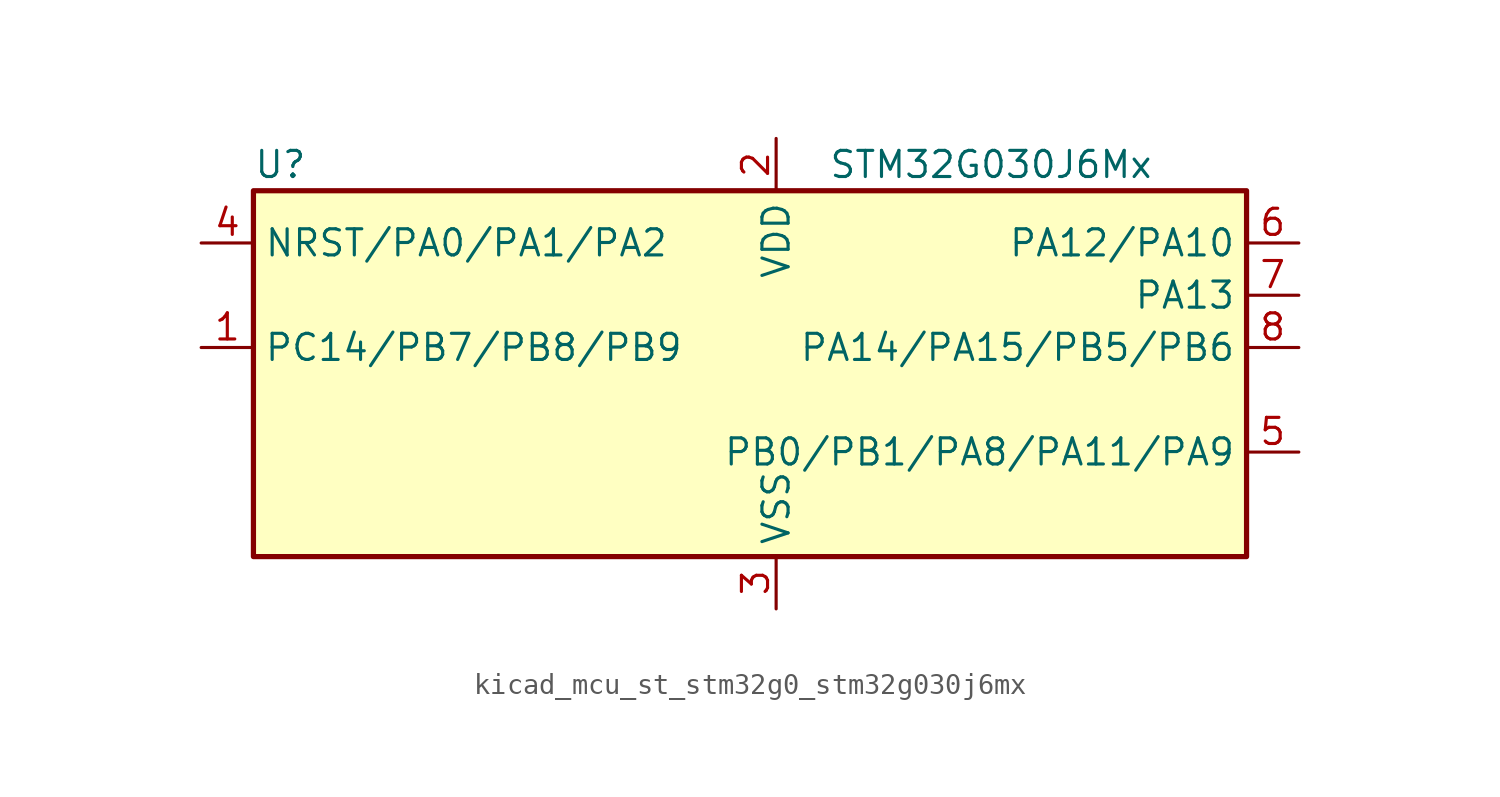
<source format=kicad_sym>
(kicad_symbol_lib
  (version 20220914)
  (generator kicad_symbol_editor)
  (symbol "kicad_mcu_st_stm32g0_stm32g030j6mx"
    (property "Reference" "U"
      (at -22.86 11.43 0)
      (effects (font (size 1.27 1.27)) (justify left)))
    (property "Value" "STM32G030J6Mx"
      (at 5.08 11.43 0)
      (effects (font (size 1.27 1.27)) (justify left)))
    (property "ki_locked" ""
      (at 0 0 0)
      (effects (font (size 1.27 1.27))))
    (symbol "kicad_mcu_st_stm32g0_stm32g030j6mx_0_1"
      (rectangle (start -22.86 -7.62) (end 25.4 10.16) (stroke (width 0.254) (type default)) (fill (type background))))
    (symbol "kicad_mcu_st_stm32g0_stm32g030j6mx_1_1"
      (pin bidirectional line (at -25.4 2.54 0) (length 2.54) (name "PC14/PB7/PB8/PB9" (effects (font (size 1.27 1.27)))) (number "1" (effects (font (size 1.27 1.27)))) (alternate "RCC_OSC32_IN" bidirectional line) (alternate "RCC_OSC_IN" bidirectional line) (alternate "TIM1_BK2" bidirectional line))
      (pin power_in line (at 2.54 12.7 270) (length 2.54) (name "VDD" (effects (font (size 1.27 1.27)))) (number "2" (effects (font (size 1.27 1.27)))))
      (pin power_in line (at 2.54 -10.16 90) (length 2.54) (name "VSS" (effects (font (size 1.27 1.27)))) (number "3" (effects (font (size 1.27 1.27)))))
      (pin input line (at -25.4 7.62 0) (length 2.54) (name "NRST/PA0/PA1/PA2" (effects (font (size 1.27 1.27)))) (number "4" (effects (font (size 1.27 1.27)))))
      (pin bidirectional line (at 27.94 -2.54 180) (length 2.54) (name "PB0/PB1/PA8/PA11/PA9" (effects (font (size 1.27 1.27)))) (number "5" (effects (font (size 1.27 1.27)))) (alternate "ADC1_IN8" bidirectional line) (alternate "I2S1_WS" bidirectional line) (alternate "SPI1_NSS" bidirectional line) (alternate "TIM1_CH2N" bidirectional line) (alternate "TIM3_CH3" bidirectional line))
      (pin bidirectional line (at 27.94 7.62 180) (length 2.54) (name "PA12/PA10" (effects (font (size 1.27 1.27)))) (number "6" (effects (font (size 1.27 1.27)))) (alternate "ADC1_IN16" bidirectional line) (alternate "I2C2_SDA" bidirectional line) (alternate "I2S1_SD" bidirectional line) (alternate "I2S_CKIN" bidirectional line) (alternate "SPI1_MOSI" bidirectional line) (alternate "TIM1_ETR" bidirectional line) (alternate "USART1_CK" bidirectional line) (alternate "USART1_DE" bidirectional line) (alternate "USART1_RTS" bidirectional line))
      (pin bidirectional line (at 27.94 5.08 180) (length 2.54) (name "PA13" (effects (font (size 1.27 1.27)))) (number "7" (effects (font (size 1.27 1.27)))) (alternate "ADC1_IN17" bidirectional line) (alternate "IR_OUT" bidirectional line) (alternate "SYS_SWDIO" bidirectional line))
      (pin bidirectional line (at 27.94 2.54 180) (length 2.54) (name "PA14/PA15/PB5/PB6" (effects (font (size 1.27 1.27)))) (number "8" (effects (font (size 1.27 1.27)))) (alternate "ADC1_IN18" bidirectional line) (alternate "SYS_SWCLK" bidirectional line) (alternate "USART2_TX" bidirectional line)))))
</source>
